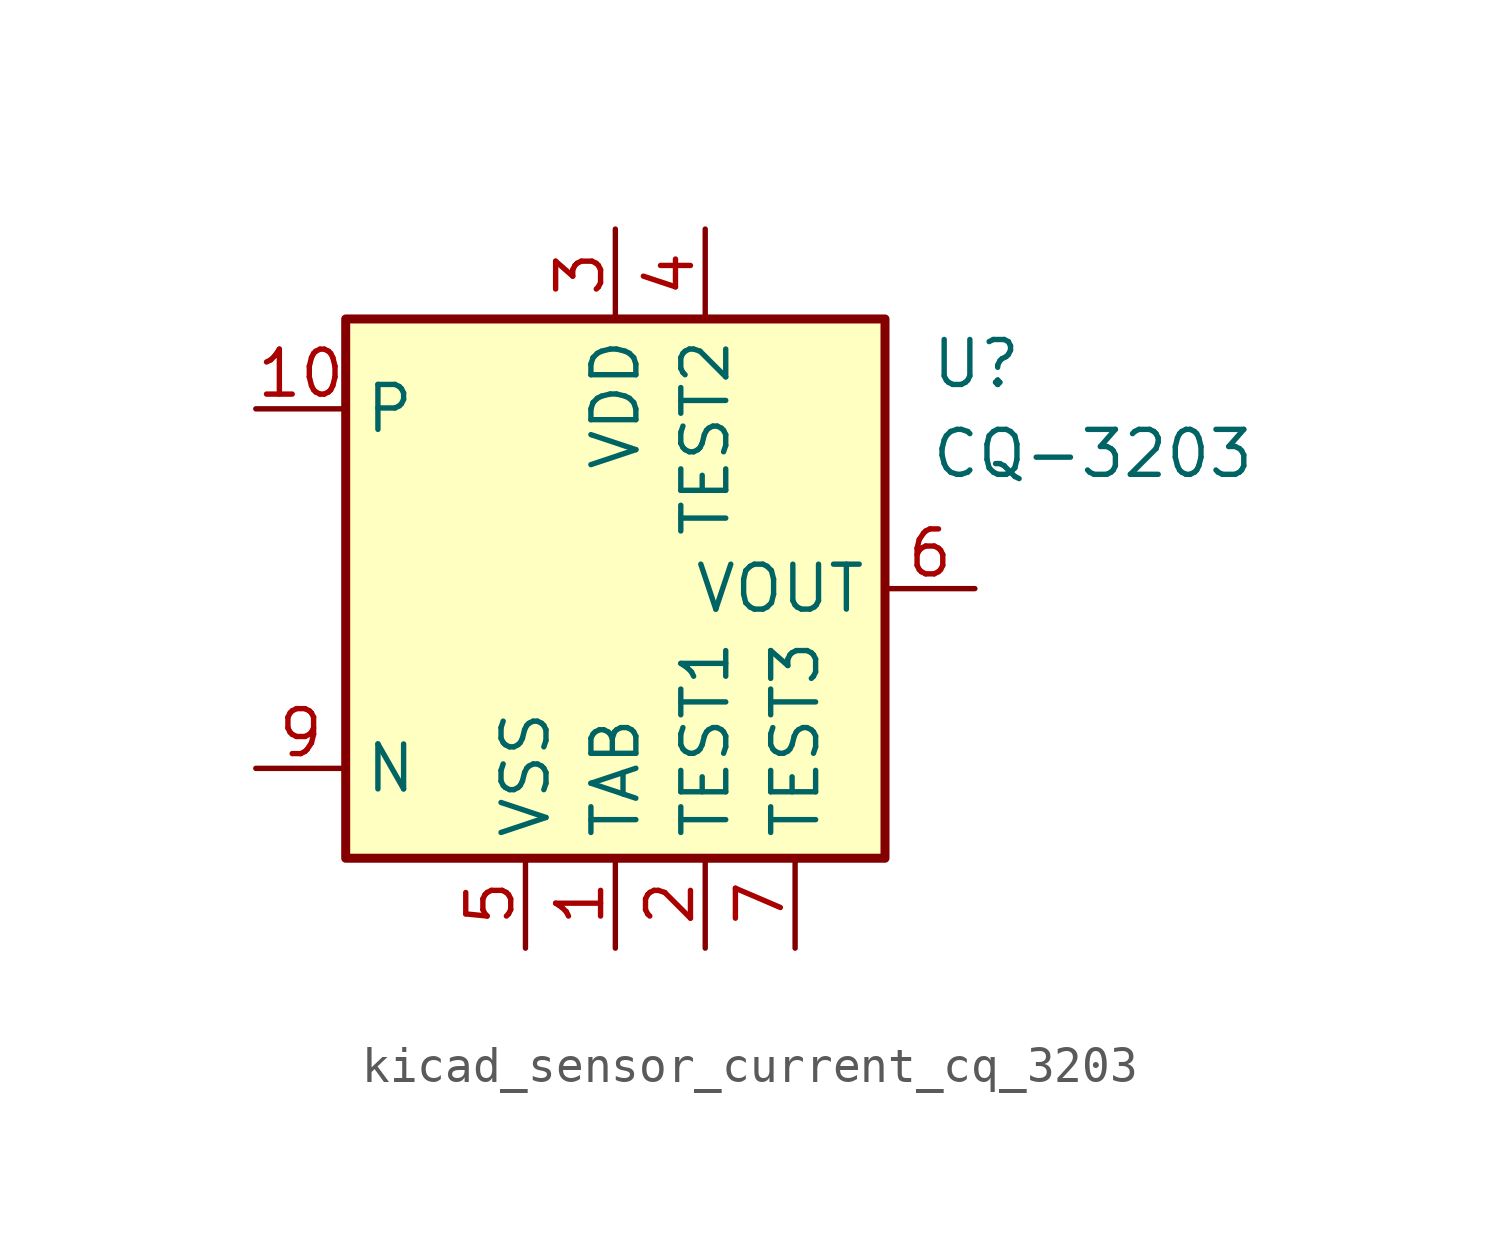
<source format=kicad_sym>
(kicad_symbol_lib
  (version 20220914)
  (generator kicad_symbol_editor)
  (symbol "kicad_sensor_current_cq_3203"
    (property "Reference" "U"
      (at 8.89 6.35 0)
      (effects (font (size 1.27 1.27)) (justify left)))
    (property "Value" "CQ-3203"
      (at 8.89 3.81 0)
      (effects (font (size 1.27 1.27)) (justify left)))
    (symbol "kicad_sensor_current_cq_3203_0_1"
      (rectangle (start -7.62 7.62) (end 7.62 -7.62) (stroke (width 0.254) (type default)) (fill (type background))))
    (symbol "kicad_sensor_current_cq_3203_1_1"
      (pin power_in line (at 0 -10.16 90) (length 2.54) (name "TAB" (effects (font (size 1.27 1.27)))) (number "1" (effects (font (size 1.27 1.27)))))
      (pin passive line (at -10.16 5.08 0) (length 2.54) (name "P" (effects (font (size 1.27 1.27)))) (number "10" (effects (font (size 1.27 1.27)))))
      (pin power_in line (at 2.54 -10.16 90) (length 2.54) (name "TEST1" (effects (font (size 1.27 1.27)))) (number "2" (effects (font (size 1.27 1.27)))))
      (pin power_in line (at 0 10.16 270) (length 2.54) (name "VDD" (effects (font (size 1.27 1.27)))) (number "3" (effects (font (size 1.27 1.27)))))
      (pin power_in line (at 2.54 10.16 270) (length 2.54) (name "TEST2" (effects (font (size 1.27 1.27)))) (number "4" (effects (font (size 1.27 1.27)))))
      (pin power_in line (at -2.54 -10.16 90) (length 2.54) (name "VSS" (effects (font (size 1.27 1.27)))) (number "5" (effects (font (size 1.27 1.27)))))
      (pin output line (at 10.16 0 180) (length 2.54) (name "VOUT" (effects (font (size 1.27 1.27)))) (number "6" (effects (font (size 1.27 1.27)))))
      (pin power_in line (at 5.08 -10.16 90) (length 2.54) (name "TEST3" (effects (font (size 1.27 1.27)))) (number "7" (effects (font (size 1.27 1.27)))))
      (pin passive line (at 0 -10.16 90) (length 2.54) hide (name "TAB" (effects (font (size 1.27 1.27)))) (number "8" (effects (font (size 1.27 1.27)))))
      (pin passive line (at -10.16 -5.08 0) (length 2.54) (name "N" (effects (font (size 1.27 1.27)))) (number "9" (effects (font (size 1.27 1.27))))))))
</source>
